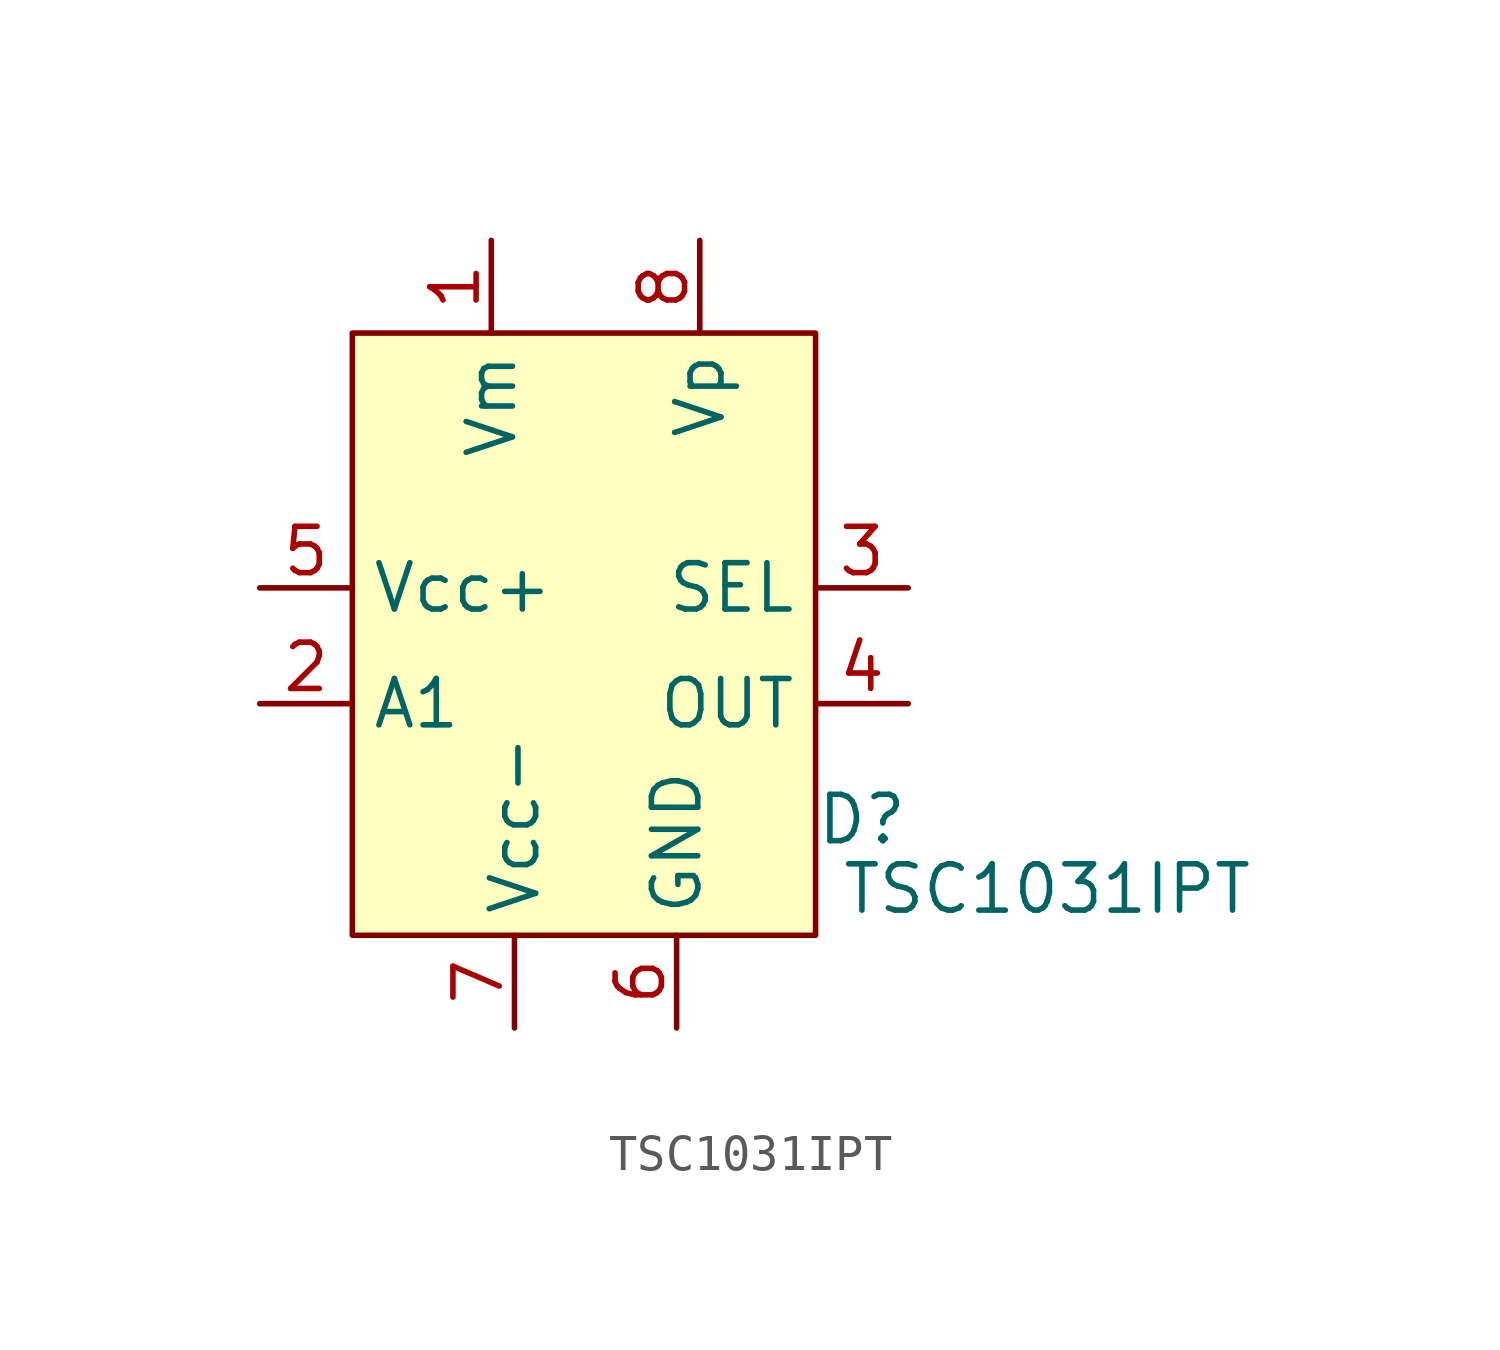
<source format=kicad_sym>
(kicad_symbol_lib
  (version 20211014)
  (generator kicad_symbol_editor)
  (symbol "TSC1031IPT"
    (property "Reference" "D"
      (at 7.62 -5.08 0)
      (effects (font (size 1.27 1.27))))
    (property "Value" "TSC1031IPT"
      (at 12.7 -6.985 0)
      (effects (font (size 1.27 1.27))))
    (symbol "TSC1031IPT_0_1"
      (rectangle (start -6.35 8.255) (end 6.35 -8.255) (stroke (width 0) (type default) (color 0 0 0 0)) (fill (type background))))
    (symbol "TSC1031IPT_1_1"
      (pin input line (at -2.54 10.795 270) (length 2.54) (name "Vm" (effects (font (size 1.27 1.27)))) (number "1" (effects (font (size 1.27 1.27)))))
      (pin input line (at -8.89 -1.905 0) (length 2.54) (name "A1" (effects (font (size 1.27 1.27)))) (number "2" (effects (font (size 1.27 1.27)))))
      (pin input line (at 8.89 1.27 180) (length 2.54) (name "SEL" (effects (font (size 1.27 1.27)))) (number "3" (effects (font (size 1.27 1.27)))))
      (pin input line (at 8.89 -1.905 180) (length 2.54) (name "OUT" (effects (font (size 1.27 1.27)))) (number "4" (effects (font (size 1.27 1.27)))))
      (pin input line (at -8.89 1.27 0) (length 2.54) (name "Vcc+" (effects (font (size 1.27 1.27)))) (number "5" (effects (font (size 1.27 1.27)))))
      (pin input line (at 2.54 -10.795 90) (length 2.54) (name "GND" (effects (font (size 1.27 1.27)))) (number "6" (effects (font (size 1.27 1.27)))))
      (pin input line (at -1.905 -10.795 90) (length 2.54) (name "Vcc-" (effects (font (size 1.27 1.27)))) (number "7" (effects (font (size 1.27 1.27)))))
      (pin input line (at 3.175 10.795 270) (length 2.54) (name "Vp" (effects (font (size 1.27 1.27)))) (number "8" (effects (font (size 1.27 1.27))))))))
</source>
